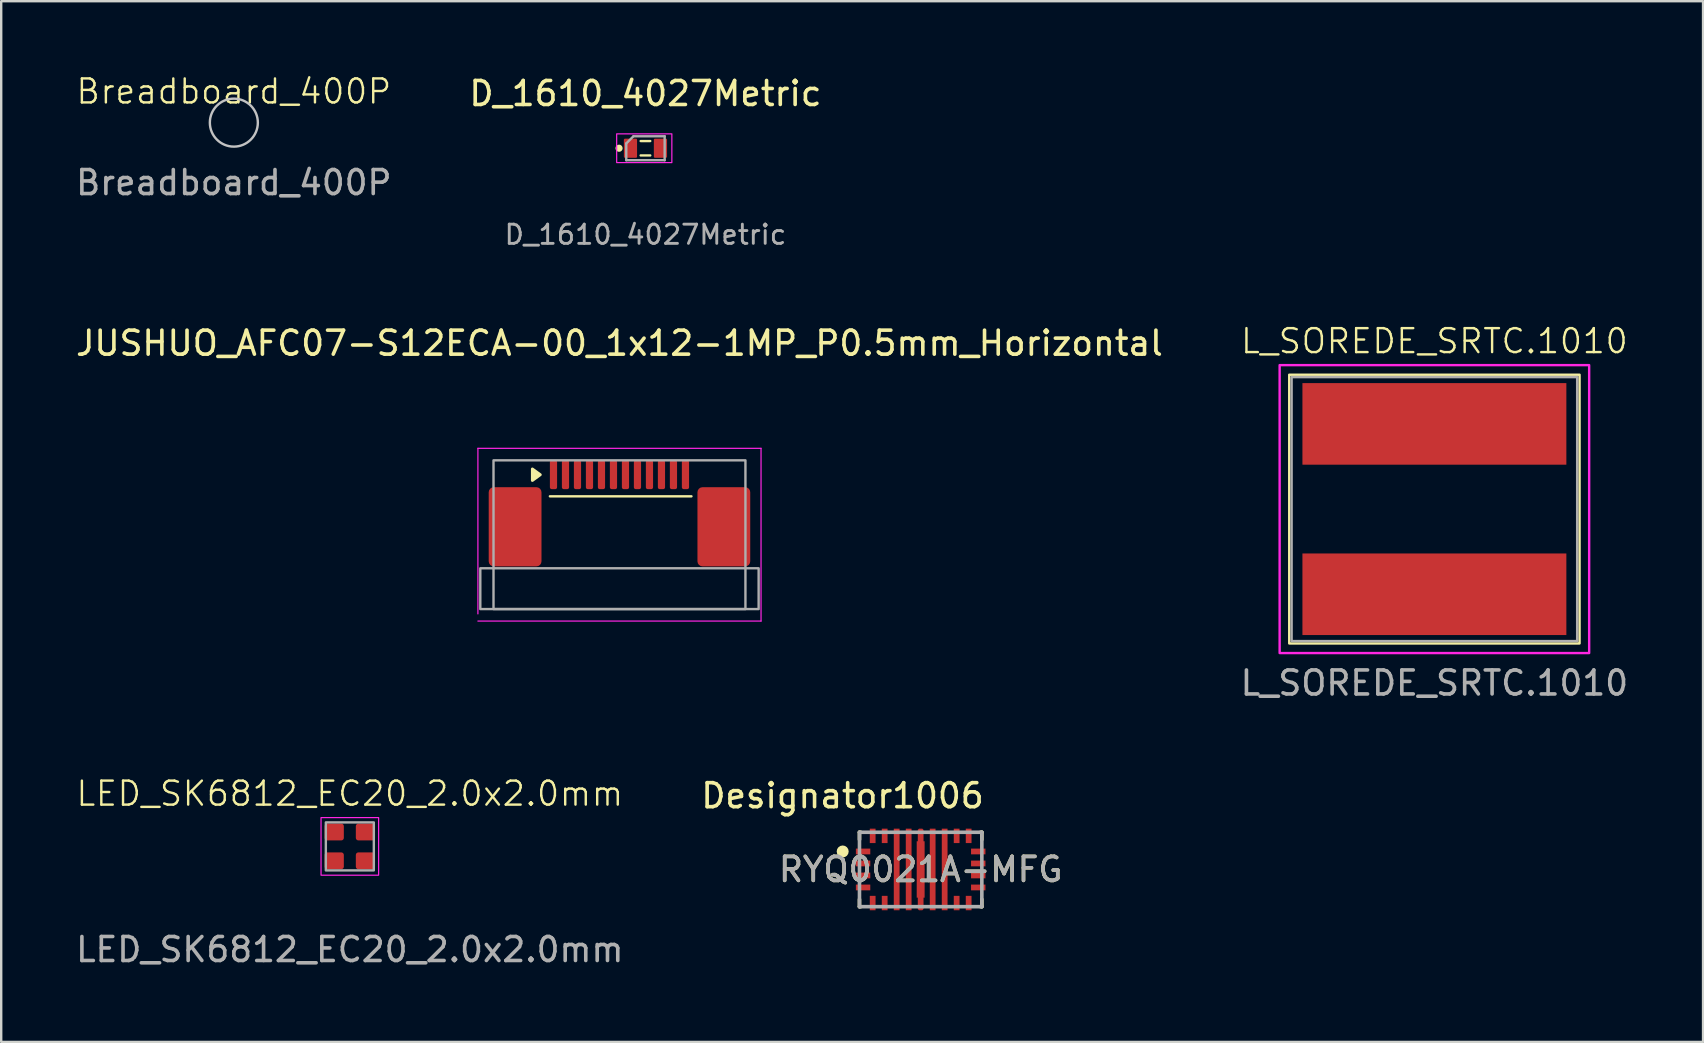
<source format=kicad_pcb>
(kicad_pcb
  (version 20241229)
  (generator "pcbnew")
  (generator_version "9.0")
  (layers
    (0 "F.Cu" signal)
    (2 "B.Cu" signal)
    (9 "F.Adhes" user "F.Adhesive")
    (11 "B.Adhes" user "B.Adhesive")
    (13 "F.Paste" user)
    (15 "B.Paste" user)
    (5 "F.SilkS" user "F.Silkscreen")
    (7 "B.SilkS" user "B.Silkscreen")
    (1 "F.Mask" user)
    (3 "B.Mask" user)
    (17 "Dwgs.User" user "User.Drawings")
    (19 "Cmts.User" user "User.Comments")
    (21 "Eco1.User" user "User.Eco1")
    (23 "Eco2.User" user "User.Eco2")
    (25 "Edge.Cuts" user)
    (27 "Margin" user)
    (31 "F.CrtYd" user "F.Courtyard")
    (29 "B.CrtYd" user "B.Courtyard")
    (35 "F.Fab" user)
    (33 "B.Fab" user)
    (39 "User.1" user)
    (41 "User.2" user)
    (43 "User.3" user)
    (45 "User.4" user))
  (footprint "D_1610_4027Metric"
    (layer "F.Cu")
    (at 23.851 3.128)
    (property "Reference" "D_1610_4027Metric" (at 0 -2.28 0) (layer "F.SilkS") (effects (font (size 1 1) (thickness 0.15))))
    (attr smd)
    (fp_line (start -0.2 -0.3) (end 0.2 -0.3) (stroke (width 0.1) (type default)) (layer "F.SilkS"))
    (fp_line (start -0.2 0.3) (end 0.2 0.3) (stroke (width 0.1) (type default)) (layer "F.SilkS"))
    (fp_circle (center -1.1 0) (end -1.2 0) (stroke (width 0.1) (type default)) (fill yes) (layer "F.SilkS"))
    (fp_rect (start -1.2 -0.6) (end 1.1 0.6) (stroke (width 0.05) (type default)) (fill no) (layer "F.CrtYd"))
    (fp_line (start -0.8 -0.2) (end -0.5 -0.5) (stroke (width 0.1) (type default)) (layer "F.Fab"))
    (fp_line (start -0.8 0.5) (end -0.8 -0.2) (stroke (width 0.1) (type default)) (layer "F.Fab"))
    (fp_line (start -0.5 -0.5) (end 0.8 -0.5) (stroke (width 0.1) (type default)) (layer "F.Fab"))
    (fp_line (start 0.8 -0.5) (end 0.8 0.5) (stroke (width 0.1) (type default)) (layer "F.Fab"))
    (fp_line (start 0.8 0.5) (end -0.8 0.5) (stroke (width 0.1) (type default)) (layer "F.Fab"))
    (fp_text user "${REFERENCE}" (at 0 3.6 0) (layer "F.Fab") (effects (font (size 0.8 0.8) (thickness 0.12))))
    (pad "1" smd roundrect (at -0.625 0) (size 0.55 0.8) (layers "F.Cu" "F.Mask" "F.Paste") (roundrect_rratio 0.091))
    (pad "2" smd roundrect (at 0.625 0) (size 0.55 0.8) (layers "F.Cu" "F.Mask" "F.Paste") (roundrect_rratio 0.091)))
  (footprint "JUSHUO_AFC07-S12ECA-00_1x12-1MP_P0.5mm_Horizontal"
    (layer "F.Cu")
    (at 22.768 16.735)
    (property "Reference" "JUSHUO_AFC07-S12ECA-00_1x12-1MP_P0.5mm_Horizontal" (at 0 -5.48 0) (layer "F.SilkS") (effects (font (size 1 1) (thickness 0.15))))
    (attr smd)
    (fp_line (start -2.9 0.9) (end 3 0.9) (stroke (width 0.1) (type default)) (layer "F.SilkS"))
    (fp_poly (pts (xy -3.3 0) (xy -3.63 0.24) (xy -3.63 -0.24)) (stroke (width 0.12) (type solid)) (fill yes) (layer "F.SilkS"))
    (fp_line (start -5.9 -1.1) (end -5.9 5.8) (stroke (width 0.05) (type solid)) (layer "F.CrtYd"))
    (fp_line (start -5.9 6.1) (end 5.9 6.1) (stroke (width 0.05) (type solid)) (layer "F.CrtYd"))
    (fp_line (start 5.9 -1.1) (end -5.9 -1.1) (stroke (width 0.05) (type solid)) (layer "F.CrtYd"))
    (fp_line (start 5.9 6.1) (end 5.9 -1.1) (stroke (width 0.05) (type solid)) (layer "F.CrtYd"))
    (fp_rect (start -5.8 3.9) (end 5.8 5.6) (stroke (width 0.1) (type default)) (fill no) (layer "F.Fab"))
    (fp_rect (start -5.25 -0.6) (end 5.25 5.6) (stroke (width 0.1) (type default)) (fill no) (layer "F.Fab"))
    (pad "1" smd roundrect (at -2.75 0) (size 0.3 1.2) (layers "F.Cu" "F.Mask" "F.Paste") (roundrect_rratio 0.25))
    (pad "2" smd roundrect (at -2.25 0) (size 0.3 1.2) (layers "F.Cu" "F.Mask" "F.Paste") (roundrect_rratio 0.25))
    (pad "3" smd roundrect (at -1.75 0) (size 0.3 1.2) (layers "F.Cu" "F.Mask" "F.Paste") (roundrect_rratio 0.25))
    (pad "4" smd roundrect (at -1.25 0) (size 0.3 1.2) (layers "F.Cu" "F.Mask" "F.Paste") (roundrect_rratio 0.25))
    (pad "5" smd roundrect (at -0.75 0) (size 0.3 1.2) (layers "F.Cu" "F.Mask" "F.Paste") (roundrect_rratio 0.25))
    (pad "6" smd roundrect (at -0.25 0) (size 0.3 1.2) (layers "F.Cu" "F.Mask" "F.Paste") (roundrect_rratio 0.25))
    (pad "7" smd roundrect (at 0.25 0) (size 0.3 1.2) (layers "F.Cu" "F.Mask" "F.Paste") (roundrect_rratio 0.25))
    (pad "8" smd roundrect (at 0.75 0) (size 0.3 1.2) (layers "F.Cu" "F.Mask" "F.Paste") (roundrect_rratio 0.25))
    (pad "9" smd roundrect (at 1.25 0) (size 0.3 1.2) (layers "F.Cu" "F.Mask" "F.Paste") (roundrect_rratio 0.25))
    (pad "10" smd roundrect (at 1.75 0) (size 0.3 1.2) (layers "F.Cu" "F.Mask" "F.Paste") (roundrect_rratio 0.25))
    (pad "11" smd roundrect (at 2.25 0) (size 0.3 1.2) (layers "F.Cu" "F.Mask" "F.Paste") (roundrect_rratio 0.25))
    (pad "12" smd roundrect (at 2.75 0) (size 0.3 1.2) (layers "F.Cu" "F.Mask" "F.Paste") (roundrect_rratio 0.25))
    (pad "SH" smd roundrect (at -4.35 2.17) (size 2.2 3.3) (layers "F.Cu" "F.Mask" "F.Paste") (roundrect_rratio 0.096))
    (pad "SH" smd roundrect (at 4.35 2.17) (size 2.2 3.3) (layers "F.Cu" "F.Mask" "F.Paste") (roundrect_rratio 0.096)))
  (footprint "LED_SK6812_EC20_2.0x2.0mm"
    (layer "F.Cu")
    (at 11.53 32.226)
    (property "Reference" "LED_SK6812_EC20_2.0x2.0mm" (at 0 -2.2 0) (unlocked yes) (layer "F.SilkS") (effects (font (size 1 1) (thickness 0.1))))
    (attr smd)
    (fp_rect (start -1.2 -1.2) (end 1.2 1.2) (stroke (width 0.05) (type default)) (fill no) (layer "F.CrtYd"))
    (fp_rect (start -1 -1) (end 1 1) (stroke (width 0.1) (type default)) (fill no) (layer "F.Fab"))
    (fp_text user "${REFERENCE}" (at 0 4.3 0) (unlocked yes) (layer "F.Fab") (effects (font (size 1 1) (thickness 0.15))))
    (pad "1" smd roundrect (at -0.65 -0.6) (size 0.8 0.7) (layers "F.Cu" "F.Mask" "F.Paste") (roundrect_rratio 0.15))
    (pad "2" smd roundrect (at -0.65 0.6) (size 0.8 0.7) (layers "F.Cu" "F.Mask" "F.Paste") (roundrect_rratio 0.15))
    (pad "3" smd roundrect (at 0.65 0.6) (size 0.8 0.7) (layers "F.Cu" "F.Mask" "F.Paste") (roundrect_rratio 0.15))
    (pad "4" smd roundrect (at 0.65 -0.6) (size 0.8 0.7) (layers "F.Cu" "F.Mask" "F.Paste") (roundrect_rratio 0.15)))
  (footprint "RYQ0021A-MFG"
    (layer "F.Cu")
    (at 35.321 33.187)
    (property "Reference" "RYQ0021A-MFG" (at 0 0 0) (unlocked yes) (layer "F.SilkS") (effects (font (size 1 1) (thickness 0.15))))
    (attr smd)
    (fp_poly (pts (xy -0.165 1.175) (xy -0.165 -1.175) (xy -0.12 -1.175) (xy -0.12 -1.65) (xy -0.07 -1.7) (xy 0.07 -1.7) (xy 0.12 -1.65) (xy 0.12 -1.175) (xy 0.165 -1.175) (xy 0.165 1.175) (xy 0.12 1.175) (xy 0.12 1.65) (xy 0.07 1.7) (xy -0.07 1.7) (xy -0.12 1.65) (xy -0.12 1.175)) (stroke (width 0) (type solid)) (fill yes) (layer "F.Cu"))
    (fp_poly (pts (xy -0.165 1.175) (xy -0.165 -1.175) (xy -0.12 -1.175) (xy -0.12 -1.65) (xy -0.07 -1.7) (xy 0.07 -1.7) (xy 0.12 -1.65) (xy 0.12 -1.175) (xy 0.165 -1.175) (xy 0.165 1.175) (xy 0.12 1.175) (xy 0.12 1.65) (xy 0.07 1.7) (xy -0.07 1.7) (xy -0.12 1.65) (xy -0.12 1.175)) (stroke (width 0) (type solid)) (fill yes) (layer "F.Mask"))
    (fp_line (start -2.55 -1.55) (end -2.495 -1.55) (stroke (width 0.15) (type solid)) (layer "F.SilkS"))
    (fp_line (start -2.55 -1.245) (end -2.55 -1.55) (stroke (width 0.15) (type solid)) (layer "F.SilkS"))
    (fp_line (start -2.55 1.55) (end -2.55 1.245) (stroke (width 0.15) (type solid)) (layer "F.SilkS"))
    (fp_line (start -2.55 1.55) (end -2.495 1.55) (stroke (width 0.15) (type solid)) (layer "F.SilkS"))
    (fp_line (start 2.495 -1.55) (end 2.55 -1.55) (stroke (width 0.15) (type solid)) (layer "F.SilkS"))
    (fp_line (start 2.495 1.55) (end 2.55 1.55) (stroke (width 0.15) (type solid)) (layer "F.SilkS"))
    (fp_line (start 2.55 -1.245) (end 2.55 -1.55) (stroke (width 0.15) (type solid)) (layer "F.SilkS"))
    (fp_line (start 2.55 1.55) (end 2.55 1.245) (stroke (width 0.15) (type solid)) (layer "F.SilkS"))
    (fp_circle (center -3.25 -0.75) (end -3.125 -0.75) (stroke (width 0.25) (type solid)) (fill no) (layer "F.SilkS"))
    (fp_poly (pts (xy -1.07 -0.5) (xy -0.93 -0.5) (xy -0.88 -0.45) (xy -0.88 0.45) (xy -0.93 0.5) (xy -1.07 0.5) (xy -1.12 0.45) (xy -1.12 -0.45)) (stroke (width 0) (type solid)) (fill yes) (layer "F.Paste"))
    (fp_poly (pts (xy -0.88 -0.75) (xy -0.93 -0.7) (xy -1.07 -0.7) (xy -1.12 -0.75) (xy -1.12 -1.65) (xy -1.07 -1.7) (xy -0.93 -1.7) (xy -0.88 -1.65)) (stroke (width 0) (type solid)) (fill yes) (layer "F.Paste"))
    (fp_poly (pts (xy -0.88 0.75) (xy -0.88 1.65) (xy -0.93 1.7) (xy -1.07 1.7) (xy -1.12 1.65) (xy -1.12 0.75) (xy -1.07 0.7) (xy -0.93 0.7)) (stroke (width 0) (type solid)) (fill yes) (layer "F.Paste"))
    (fp_poly (pts (xy -0.62 -0.75) (xy -0.62 -1.65) (xy -0.57 -1.7) (xy -0.43 -1.7) (xy -0.38 -1.65) (xy -0.38 -0.75) (xy -0.43 -0.7) (xy -0.57 -0.7)) (stroke (width 0) (type solid)) (fill yes) (layer "F.Paste"))
    (fp_poly (pts (xy -0.62 0.75) (xy -0.57 0.7) (xy -0.43 0.7) (xy -0.38 0.75) (xy -0.38 1.65) (xy -0.43 1.7) (xy -0.57 1.7) (xy -0.62 1.65)) (stroke (width 0) (type solid)) (fill yes) (layer "F.Paste"))
    (fp_poly (pts (xy -0.43 -0.5) (xy -0.38 -0.45) (xy -0.38 0.45) (xy -0.43 0.5) (xy -0.57 0.5) (xy -0.62 0.45) (xy -0.62 -0.45) (xy -0.57 -0.5)) (stroke (width 0) (type solid)) (fill yes) (layer "F.Paste"))
    (fp_poly (pts (xy -0.07 -1.7) (xy 0.07 -1.7) (xy 0.12 -1.65) (xy 0.12 -0.75) (xy 0.07 -0.7) (xy -0.07 -0.7) (xy -0.12 -0.75) (xy -0.12 -1.65)) (stroke (width 0) (type solid)) (fill yes) (layer "F.Paste"))
    (fp_poly (pts (xy 0.07 0.7) (xy 0.12 0.75) (xy 0.12 1.65) (xy 0.07 1.7) (xy -0.07 1.7) (xy -0.12 1.65) (xy -0.12 0.75) (xy -0.07 0.7)) (stroke (width 0) (type solid)) (fill yes) (layer "F.Paste"))
    (fp_poly (pts (xy 0.165 -0.45) (xy 0.165 0.45) (xy 0.115 0.5) (xy -0.115 0.5) (xy -0.165 0.45) (xy -0.165 -0.45) (xy -0.115 -0.5) (xy 0.115 -0.5)) (stroke (width 0) (type solid)) (fill yes) (layer "F.Paste"))
    (fp_poly (pts (xy 0.43 1.7) (xy 0.38 1.65) (xy 0.38 0.75) (xy 0.43 0.7) (xy 0.57 0.7) (xy 0.62 0.75) (xy 0.62 1.65) (xy 0.57 1.7)) (stroke (width 0) (type solid)) (fill yes) (layer "F.Paste"))
    (fp_poly (pts (xy 0.57 -1.7) (xy 0.62 -1.65) (xy 0.62 -0.75) (xy 0.57 -0.7) (xy 0.43 -0.7) (xy 0.38 -0.75) (xy 0.38 -1.65) (xy 0.43 -1.7)) (stroke (width 0) (type solid)) (fill yes) (layer "F.Paste"))
    (fp_poly (pts (xy 0.57 -0.5) (xy 0.62 -0.45) (xy 0.62 0.45) (xy 0.57 0.5) (xy 0.43 0.5) (xy 0.38 0.45) (xy 0.38 -0.45) (xy 0.43 -0.5)) (stroke (width 0) (type solid)) (fill yes) (layer "F.Paste"))
    (fp_poly (pts (xy 0.88 -0.45) (xy 0.93 -0.5) (xy 1.07 -0.5) (xy 1.12 -0.45) (xy 1.12 0.45) (xy 1.07 0.5) (xy 0.93 0.5) (xy 0.88 0.45)) (stroke (width 0) (type solid)) (fill yes) (layer "F.Paste"))
    (fp_poly (pts (xy 0.93 -1.7) (xy 1.07 -1.7) (xy 1.12 -1.65) (xy 1.12 -0.75) (xy 1.07 -0.7) (xy 0.93 -0.7) (xy 0.88 -0.75) (xy 0.88 -1.65)) (stroke (width 0) (type solid)) (fill yes) (layer "F.Paste"))
    (fp_poly (pts (xy 1.07 1.7) (xy 0.93 1.7) (xy 0.88 1.65) (xy 0.88 0.75) (xy 0.93 0.7) (xy 1.07 0.7) (xy 1.12 0.75) (xy 1.12 1.65)) (stroke (width 0) (type solid)) (fill yes) (layer "F.Paste"))
    (fp_line (start -2.55 -1.55) (end 2.55 -1.55) (stroke (width 0.15) (type solid)) (layer "F.Fab"))
    (fp_line (start -2.55 1.55) (end -2.55 -1.55) (stroke (width 0.15) (type solid)) (layer "F.Fab"))
    (fp_line (start -2.55 1.55) (end 2.55 1.55) (stroke (width 0.15) (type solid)) (layer "F.Fab"))
    (fp_line (start 2.55 1.55) (end 2.55 -1.55) (stroke (width 0.15) (type solid)) (layer "F.Fab"))
    (fp_text user "Designator1006" (at -3.256 -3.073 0) (unlocked yes) (layer "F.SilkS") (effects (font (size 1 1) (thickness 0.15))))
    (fp_text user "${REFERENCE}" (at 0 0 0) (unlocked yes) (layer "F.Fab") (effects (font (size 1 1) (thickness 0.15))))
    (pad "1" smd rect (at -2.4 -0.75) (size 0.6 0.24) (layers "F.Cu" "F.Mask" "F.Paste"))
    (pad "2" smd rect (at -2.4 -0.25) (size 0.6 0.24) (layers "F.Cu" "F.Mask" "F.Paste"))
    (pad "3" smd rect (at -2.4 0.25) (size 0.6 0.24) (layers "F.Cu" "F.Mask" "F.Paste"))
    (pad "4" smd rect (at -2.4 0.75) (size 0.6 0.24) (layers "F.Cu" "F.Mask" "F.Paste"))
    (pad "5" smd rect (at -2 1.4 90) (size 0.6 0.24) (layers "F.Cu" "F.Mask" "F.Paste"))
    (pad "6" smd rect (at -1.5 1.4 90) (size 0.6 0.24) (layers "F.Cu" "F.Mask" "F.Paste"))
    (pad "7" smd rect (at -1 0) (size 0.24 3.4) (layers "F.Cu" "F.Mask"))
    (pad "8" smd rect (at -0.5 0) (size 0.24 3.4) (layers "F.Cu" "F.Mask"))
    (pad "9" smd circle (at 0 0) (size 0.297 0.297) (layers "F.Cu" "F.Mask"))
    (pad "10" smd rect (at 0.5 0) (size 0.24 3.4) (layers "F.Cu" "F.Mask"))
    (pad "11" smd rect (at 1 0) (size 0.24 3.4) (layers "F.Cu" "F.Mask"))
    (pad "12" smd rect (at 1.5 1.4 90) (size 0.6 0.24) (layers "F.Cu" "F.Mask" "F.Paste"))
    (pad "13" smd rect (at 2 1.4 90) (size 0.6 0.24) (layers "F.Cu" "F.Mask" "F.Paste"))
    (pad "14" smd rect (at 2.4 0.75) (size 0.6 0.24) (layers "F.Cu" "F.Mask" "F.Paste"))
    (pad "15" smd rect (at 2.4 0.25) (size 0.6 0.24) (layers "F.Cu" "F.Mask" "F.Paste"))
    (pad "16" smd rect (at 2.4 -0.25) (size 0.6 0.24) (layers "F.Cu" "F.Mask" "F.Paste"))
    (pad "17" smd rect (at 2.4 -0.75) (size 0.6 0.24) (layers "F.Cu" "F.Mask" "F.Paste"))
    (pad "18" smd rect (at 2 -1.4 90) (size 0.6 0.24) (layers "F.Cu" "F.Mask" "F.Paste"))
    (pad "19" smd rect (at 1.5 -1.4 90) (size 0.6 0.24) (layers "F.Cu" "F.Mask" "F.Paste"))
    (pad "20" smd rect (at -1.5 -1.4 90) (size 0.6 0.24) (layers "F.Cu" "F.Mask" "F.Paste"))
    (pad "21" smd rect (at -2 -1.4 90) (size 0.6 0.24) (layers "F.Cu" "F.Mask" "F.Paste")))
  (footprint "Breadboard_400P"
    (layer "F.Cu")
    (at 6.696 2.061)
    (property "Reference" "Breadboard_400P" (at 0 -1.3 0) (unlocked yes) (layer "F.SilkS") (effects (font (size 1 1) (thickness 0.1))))
    (attr smd)
    (fp_circle (center 0 0) (end 1 0) (stroke (width 0.1) (type default)) (fill no) (layer "Dwgs.User"))
    (fp_text user "${REFERENCE}" (at 0 2.5 0) (unlocked yes) (layer "F.Fab") (effects (font (size 1 1) (thickness 0.15)))))
  (footprint "L_SOREDE_SRTC.1010"
    (layer "F.Cu")
    (at 56.732 18.167)
    (property "Reference" "L_SOREDE_SRTC.1010" (at 0 -7 0) (unlocked yes) (layer "F.SilkS") (effects (font (size 1 1) (thickness 0.1))))
    (attr smd)
    (fp_rect (start -6.05 -5.6) (end 6.05 5.6) (stroke (width 0.1) (type default)) (fill no) (layer "F.SilkS"))
    (fp_rect (start -6.45 -6) (end 6.45 6) (stroke (width 0.1) (type solid)) (fill no) (layer "F.CrtYd"))
    (fp_rect (start -5.95 -5.5) (end 5.95 5.5) (stroke (width 0.1) (type solid)) (fill no) (layer "F.Fab"))
    (fp_text user "${REFERENCE}" (at 0 7.25 0) (unlocked yes) (layer "F.Fab") (effects (font (size 1 1) (thickness 0.15))))
    (pad "1" smd custom (at 0 -3.55) (size 11 3.4) (layers "F.Cu" "F.Mask" "F.Paste") (options (anchor rect)) (primitives))
    (pad "2" smd custom (at 0 3.55) (size 11 3.4) (layers "F.Cu" "F.Mask" "F.Paste") (options (anchor rect)) (primitives)))
  (gr_rect
    (start -3 -3)
    (end 67.929 40.374)
    (stroke (width 0.1) (type default))
    (fill no)
    (layer "Edge.Cuts")))
</source>
